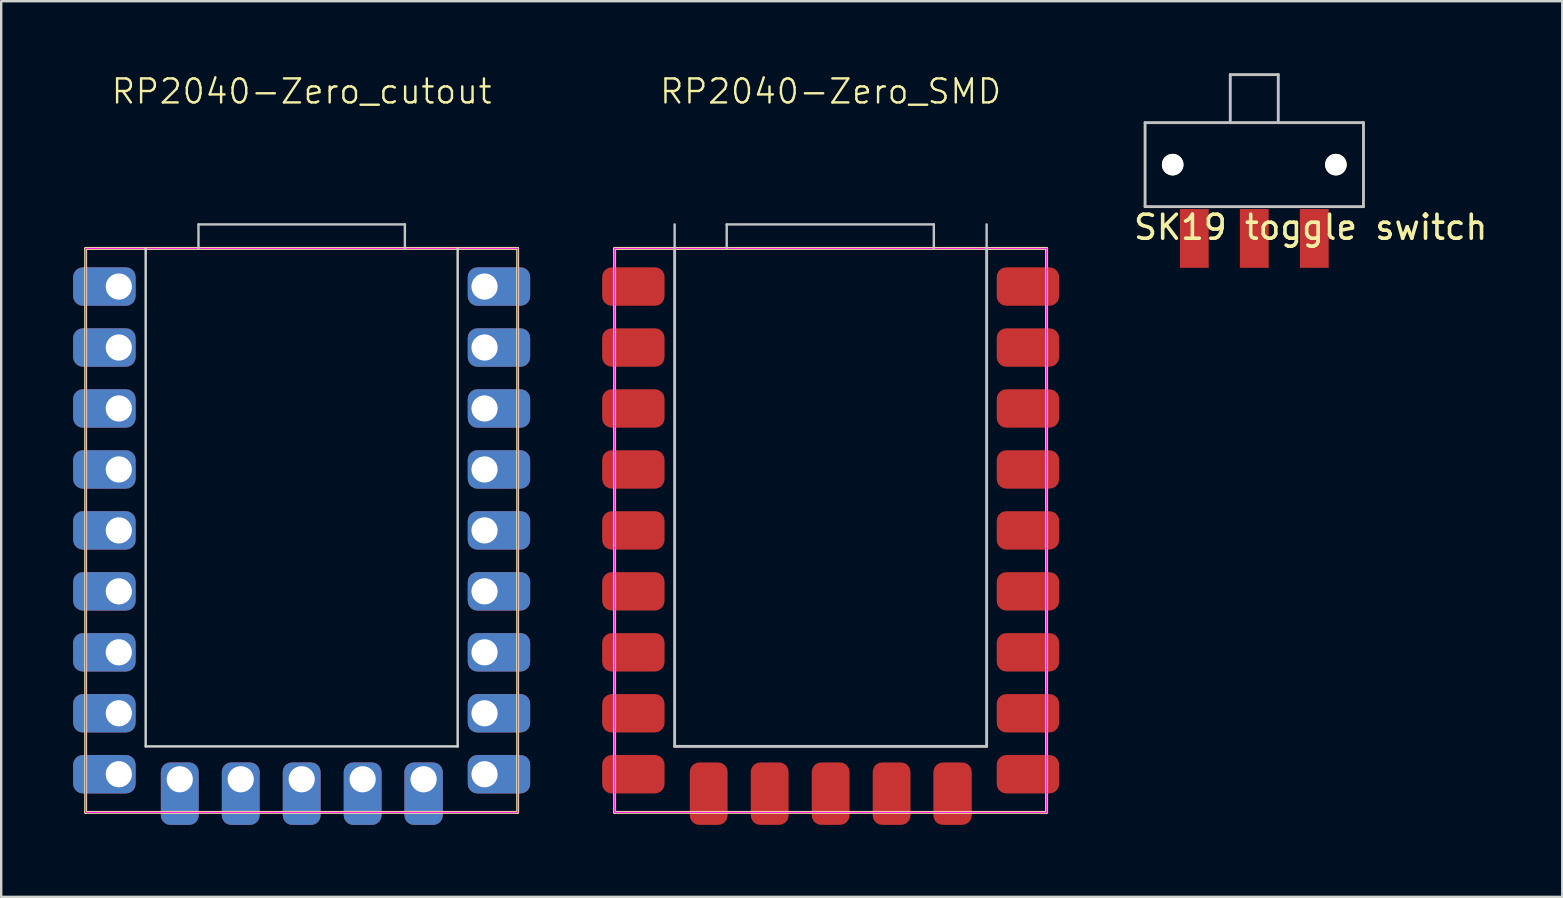
<source format=kicad_pcb>
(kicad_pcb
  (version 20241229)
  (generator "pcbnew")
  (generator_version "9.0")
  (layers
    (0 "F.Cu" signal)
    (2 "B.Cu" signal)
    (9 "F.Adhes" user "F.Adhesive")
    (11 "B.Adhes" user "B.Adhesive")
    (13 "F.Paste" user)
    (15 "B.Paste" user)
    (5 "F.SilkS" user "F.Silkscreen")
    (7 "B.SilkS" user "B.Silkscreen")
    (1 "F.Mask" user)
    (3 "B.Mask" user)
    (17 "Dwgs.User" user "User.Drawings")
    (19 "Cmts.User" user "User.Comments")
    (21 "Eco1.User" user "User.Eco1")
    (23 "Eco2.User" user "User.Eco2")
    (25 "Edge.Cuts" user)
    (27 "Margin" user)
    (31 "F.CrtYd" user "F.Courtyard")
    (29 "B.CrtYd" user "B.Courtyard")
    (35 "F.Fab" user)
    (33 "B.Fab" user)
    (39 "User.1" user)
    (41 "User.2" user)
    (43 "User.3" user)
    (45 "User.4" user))
  (footprint "RP2040-Zero_SMD"
    (layer "F.Cu")
    (at 31.56 19.05)
    (property "Reference" "RP2040-Zero_SMD" (at 0 -18.29 0) (unlocked yes) (layer "F.SilkS") (effects (font (size 1 1) (thickness 0.1))))
    (attr smd)
    (fp_line (start -9 -11.75) (end -9 11.75) (stroke (width 0.12) (type solid)) (layer "F.SilkS"))
    (fp_line (start -9 11.75) (end 9 11.75) (stroke (width 0.12) (type solid)) (layer "F.SilkS"))
    (fp_line (start 9 -11.75) (end -9 -11.75) (stroke (width 0.12) (type solid)) (layer "F.SilkS"))
    (fp_line (start 9 11.75) (end 9 -11.75) (stroke (width 0.12) (type solid)) (layer "F.SilkS"))
    (fp_line (start -6.5 -12.75) (end -6.5 -11.75) (stroke (width 0.1) (type solid)) (layer "Dwgs.User"))
    (fp_line (start -6.5 9) (end -6.5 -11.75) (stroke (width 0.12) (type solid)) (layer "Dwgs.User"))
    (fp_line (start -4.33 -12.75) (end -4.33 -11.75) (stroke (width 0.1) (type solid)) (layer "Dwgs.User"))
    (fp_line (start -4.33 -12.75) (end 4.3 -12.75) (stroke (width 0.1) (type solid)) (layer "Dwgs.User"))
    (fp_line (start 4.3 -12.75) (end 4.3 -11.75) (stroke (width 0.1) (type solid)) (layer "Dwgs.User"))
    (fp_line (start 6.5 -12.75) (end 6.5 -11.75) (stroke (width 0.1) (type solid)) (layer "Dwgs.User"))
    (fp_line (start 6.5 9) (end -6.5 9) (stroke (width 0.12) (type solid)) (layer "Dwgs.User"))
    (fp_line (start 6.5 9) (end 6.5 -11.75) (stroke (width 0.12) (type solid)) (layer "Dwgs.User"))
    (fp_line (start -9 -11.75) (end 9 -11.75) (stroke (width 0.05) (type solid)) (layer "F.CrtYd"))
    (fp_line (start -9 11.75) (end -9 -11.75) (stroke (width 0.05) (type solid)) (layer "F.CrtYd"))
    (fp_line (start 9 -11.75) (end 9 11.75) (stroke (width 0.05) (type solid)) (layer "F.CrtYd"))
    (fp_line (start 9 11.75) (end -9 11.75) (stroke (width 0.05) (type solid)) (layer "F.CrtYd"))
    (pad "1" smd roundrect (at 7.62 -10.16) (size 2.6 1.6) (drill (offset 0.6 0)) (layers "F.Cu" "F.Mask" "F.Paste") (roundrect_rratio 0.25))
    (pad "2" smd roundrect (at 7.62 -7.62) (size 2.6 1.6) (drill (offset 0.6 0)) (layers "F.Cu" "F.Mask" "F.Paste") (roundrect_rratio 0.25))
    (pad "3" smd roundrect (at 7.62 -5.08) (size 2.6 1.6) (drill (offset 0.6 0)) (layers "F.Cu" "F.Mask" "F.Paste") (roundrect_rratio 0.25))
    (pad "4" smd roundrect (at 7.62 -2.54) (size 2.6 1.6) (drill (offset 0.6 0)) (layers "F.Cu" "F.Mask" "F.Paste") (roundrect_rratio 0.25))
    (pad "5" smd roundrect (at 7.62 0) (size 2.6 1.6) (drill (offset 0.6 0)) (layers "F.Cu" "F.Mask" "F.Paste") (roundrect_rratio 0.25))
    (pad "6" smd roundrect (at 7.62 2.54) (size 2.6 1.6) (drill (offset 0.6 0)) (layers "F.Cu" "F.Mask" "F.Paste") (roundrect_rratio 0.25))
    (pad "7" smd roundrect (at 7.62 5.08) (size 2.6 1.6) (drill (offset 0.6 0)) (layers "F.Cu" "F.Mask" "F.Paste") (roundrect_rratio 0.25))
    (pad "8" smd roundrect (at 7.62 7.62) (size 2.6 1.6) (drill (offset 0.6 0)) (layers "F.Cu" "F.Mask" "F.Paste") (roundrect_rratio 0.25))
    (pad "9" smd roundrect (at 7.62 10.16) (size 2.6 1.6) (drill (offset 0.6 0)) (layers "F.Cu" "F.Mask" "F.Paste") (roundrect_rratio 0.25))
    (pad "10" smd roundrect (at 5.08 10.37) (size 1.6 2.6) (drill (offset 0 0.6)) (layers "F.Cu" "F.Mask" "F.Paste") (roundrect_rratio 0.25))
    (pad "11" smd roundrect (at 2.54 10.37) (size 1.575 2.6) (drill (offset 0 0.6)) (layers "F.Cu" "F.Mask" "F.Paste") (roundrect_rratio 0.25))
    (pad "12" smd roundrect (at 0 10.37) (size 1.575 2.6) (drill (offset 0 0.6)) (layers "F.Cu" "F.Mask" "F.Paste") (roundrect_rratio 0.25))
    (pad "13" smd roundrect (at -2.54 10.37) (size 1.575 2.6) (drill (offset 0 0.6)) (layers "F.Cu" "F.Mask" "F.Paste") (roundrect_rratio 0.25))
    (pad "14" smd roundrect (at -5.08 10.37) (size 1.575 2.6) (drill (offset 0 0.6)) (layers "F.Cu" "F.Mask" "F.Paste") (roundrect_rratio 0.25))
    (pad "15" smd roundrect (at -7.62 10.16) (size 2.6 1.6) (drill (offset -0.6 0)) (layers "F.Cu" "F.Mask" "F.Paste") (roundrect_rratio 0.25))
    (pad "16" smd roundrect (at -7.62 7.62) (size 2.6 1.6) (drill (offset -0.6 0)) (layers "F.Cu" "F.Mask" "F.Paste") (roundrect_rratio 0.25))
    (pad "17" smd roundrect (at -7.62 5.08) (size 2.6 1.6) (drill (offset -0.6 0)) (layers "F.Cu" "F.Mask" "F.Paste") (roundrect_rratio 0.25))
    (pad "18" smd roundrect (at -7.62 2.54) (size 2.6 1.6) (drill (offset -0.6 0)) (layers "F.Cu" "F.Mask" "F.Paste") (roundrect_rratio 0.25))
    (pad "19" smd roundrect (at -7.62 0) (size 2.6 1.6) (drill (offset -0.6 0)) (layers "F.Cu" "F.Mask" "F.Paste") (roundrect_rratio 0.25))
    (pad "20" smd roundrect (at -7.62 -2.54) (size 2.6 1.6) (drill (offset -0.6 0)) (layers "F.Cu" "F.Mask" "F.Paste") (roundrect_rratio 0.25))
    (pad "21" smd roundrect (at -7.62 -5.08) (size 2.6 1.6) (drill (offset -0.6 0)) (layers "F.Cu" "F.Mask" "F.Paste") (roundrect_rratio 0.25))
    (pad "22" smd roundrect (at -7.62 -7.62) (size 2.6 1.6) (drill (offset -0.6 0)) (layers "F.Cu" "F.Mask" "F.Paste") (roundrect_rratio 0.25))
    (pad "23" smd roundrect (at -7.62 -10.16) (size 2.6 1.6) (drill (offset -0.6 0)) (layers "F.Cu" "F.Mask" "F.Paste") (roundrect_rratio 0.25)))
  (footprint "SK19 toggle switch"
    (layer "F.Cu")
    (at 49.212 3.81)
    (property "Reference" "SK19 toggle switch" (at 2.35 2.61 0) (layer "F.SilkS") (effects (font (size 1 1) (thickness 0.15))))
    (attr through_hole)
    (fp_line (start -4.55 1.75) (end -4.55 -1.75) (stroke (width 0.12) (type solid)) (layer "Dwgs.User"))
    (fp_line (start -1 -3.75) (end -1 -1.75) (stroke (width 0.12) (type solid)) (layer "Dwgs.User"))
    (fp_line (start -1 -3.75) (end 1 -3.75) (stroke (width 0.12) (type solid)) (layer "Dwgs.User"))
    (fp_line (start 1 -1.75) (end 1 -3.75) (stroke (width 0.12) (type solid)) (layer "Dwgs.User"))
    (fp_line (start 4.55 -1.75) (end -4.55 -1.75) (stroke (width 0.12) (type solid)) (layer "Dwgs.User"))
    (fp_line (start 4.55 1.75) (end -4.55 1.75) (stroke (width 0.12) (type solid)) (layer "Dwgs.User"))
    (fp_line (start 4.55 1.75) (end 4.55 -1.75) (stroke (width 0.12) (type solid)) (layer "Dwgs.User"))
    (pad "" np_thru_hole circle (at -3.4 0) (size 0.9 0.9) (drill 0.9) (layers "*.Cu" "*.Mask" "F.SilkS"))
    (pad "" np_thru_hole circle (at 3.4 0) (size 0.9 0.9) (drill 0.9) (layers "*.Cu" "*.Mask" "F.SilkS"))
    (pad "1" smd rect (at -2.5 3.075) (size 1.2 2.45) (layers "F.Cu" "F.Mask" "F.Paste"))
    (pad "2" smd rect (at 0 3.075) (size 1.2 2.45) (layers "F.Cu" "F.Mask" "F.Paste"))
    (pad "3" smd rect (at 2.5 3.075) (size 1.2 2.45) (layers "F.Cu" "F.Mask" "F.Paste")))
  (footprint "RP2040-Zero_cutout"
    (layer "F.Cu")
    (at 9.52 19.05)
    (property "Reference" "RP2040-Zero_cutout" (at 0 -18.29 0) (unlocked yes) (layer "F.SilkS") (effects (font (size 1 1) (thickness 0.1))))
    (attr through_hole)
    (fp_line (start -9 -11.75) (end -9 11.75) (stroke (width 0.12) (type solid)) (layer "F.SilkS"))
    (fp_line (start -9 11.75) (end 9 11.75) (stroke (width 0.12) (type solid)) (layer "F.SilkS"))
    (fp_line (start 9 -11.75) (end -9 -11.75) (stroke (width 0.12) (type solid)) (layer "F.SilkS"))
    (fp_line (start 9 11.75) (end 9 -11.75) (stroke (width 0.12) (type solid)) (layer "F.SilkS"))
    (fp_line (start -4.3 -12.75) (end -4.3 -11.75) (stroke (width 0.1) (type solid)) (layer "Dwgs.User"))
    (fp_line (start -4.3 -12.75) (end 4.3 -12.75) (stroke (width 0.1) (type solid)) (layer "Dwgs.User"))
    (fp_line (start 4.3 -12.75) (end 4.3 -11.75) (stroke (width 0.1) (type solid)) (layer "Dwgs.User"))
    (fp_line (start -6.5 9) (end -6.5 -11.75) (stroke (width 0.1) (type solid)) (layer "Edge.Cuts"))
    (fp_line (start 6.5 9) (end -6.5 9) (stroke (width 0.1) (type solid)) (layer "Edge.Cuts"))
    (fp_line (start 6.5 9) (end 6.5 -11.75) (stroke (width 0.1) (type solid)) (layer "Edge.Cuts"))
    (fp_line (start -9 -11.75) (end 9 -11.75) (stroke (width 0.05) (type solid)) (layer "F.CrtYd"))
    (fp_line (start -9 11.75) (end -9 -11.75) (stroke (width 0.05) (type solid)) (layer "F.CrtYd"))
    (fp_line (start 9 -11.75) (end 9 11.75) (stroke (width 0.05) (type solid)) (layer "F.CrtYd"))
    (fp_line (start 9 11.75) (end -9 11.75) (stroke (width 0.05) (type solid)) (layer "F.CrtYd"))
    (pad "1" thru_hole roundrect (at 7.62 -10.16) (size 2.6 1.6) (drill 1.092 (offset 0.6 0)) (layers "*.Cu" "*.Mask") (roundrect_rratio 0.25))
    (pad "2" thru_hole roundrect (at 7.62 -7.62) (size 2.6 1.6) (drill 1.092 (offset 0.6 0)) (layers "*.Cu" "*.Mask") (roundrect_rratio 0.25))
    (pad "3" thru_hole roundrect (at 7.62 -5.08) (size 2.6 1.6) (drill 1.092 (offset 0.6 0)) (layers "*.Cu" "*.Mask") (roundrect_rratio 0.25))
    (pad "4" thru_hole roundrect (at 7.62 -2.54) (size 2.6 1.6) (drill 1.092 (offset 0.6 0)) (layers "*.Cu" "*.Mask") (roundrect_rratio 0.25))
    (pad "5" thru_hole roundrect (at 7.62 0) (size 2.6 1.6) (drill 1.092 (offset 0.6 0)) (layers "*.Cu" "*.Mask") (roundrect_rratio 0.25))
    (pad "6" thru_hole roundrect (at 7.62 2.54) (size 2.6 1.6) (drill 1.092 (offset 0.6 0)) (layers "*.Cu" "*.Mask") (roundrect_rratio 0.25))
    (pad "7" thru_hole roundrect (at 7.62 5.08) (size 2.6 1.6) (drill 1.092 (offset 0.6 0)) (layers "*.Cu" "*.Mask") (roundrect_rratio 0.25))
    (pad "8" thru_hole roundrect (at 7.62 7.62) (size 2.6 1.6) (drill 1.092 (offset 0.6 0)) (layers "*.Cu" "*.Mask") (roundrect_rratio 0.25))
    (pad "9" thru_hole roundrect (at 7.62 10.16) (size 2.6 1.6) (drill 1.092 (offset 0.6 0)) (layers "*.Cu" "*.Mask") (roundrect_rratio 0.25))
    (pad "10" thru_hole roundrect (at 5.08 10.37) (size 1.6 2.6) (drill 1.092 (offset 0 0.6)) (layers "*.Cu" "*.Mask") (roundrect_rratio 0.25))
    (pad "11" thru_hole roundrect (at 2.54 10.37) (size 1.575 2.6) (drill 1.092 (offset 0 0.6)) (layers "*.Cu" "*.Mask") (roundrect_rratio 0.25))
    (pad "12" thru_hole roundrect (at 0 10.37) (size 1.575 2.6) (drill 1.092 (offset 0 0.6)) (layers "*.Cu" "*.Mask") (roundrect_rratio 0.25))
    (pad "13" thru_hole roundrect (at -2.54 10.37) (size 1.575 2.6) (drill 1.092 (offset 0 0.6)) (layers "*.Cu" "*.Mask") (roundrect_rratio 0.25))
    (pad "14" thru_hole roundrect (at -5.08 10.37) (size 1.575 2.6) (drill 1.092 (offset 0 0.6)) (layers "*.Cu" "*.Mask") (roundrect_rratio 0.25))
    (pad "15" thru_hole roundrect (at -7.62 10.16) (size 2.6 1.6) (drill 1.092 (offset -0.6 0)) (layers "*.Cu" "*.Mask") (roundrect_rratio 0.25))
    (pad "16" thru_hole roundrect (at -7.62 7.62) (size 2.6 1.6) (drill 1.092 (offset -0.6 0)) (layers "*.Cu" "*.Mask") (roundrect_rratio 0.25))
    (pad "17" thru_hole roundrect (at -7.62 5.08) (size 2.6 1.6) (drill 1.092 (offset -0.6 0)) (layers "*.Cu" "*.Mask") (roundrect_rratio 0.25))
    (pad "18" thru_hole roundrect (at -7.62 2.54) (size 2.6 1.6) (drill 1.092 (offset -0.6 0)) (layers "*.Cu" "*.Mask") (roundrect_rratio 0.25))
    (pad "19" thru_hole roundrect (at -7.62 0) (size 2.6 1.6) (drill 1.092 (offset -0.6 0)) (layers "*.Cu" "*.Mask") (roundrect_rratio 0.25))
    (pad "20" thru_hole roundrect (at -7.62 -2.54) (size 2.6 1.6) (drill 1.092 (offset -0.6 0)) (layers "*.Cu" "*.Mask") (roundrect_rratio 0.25))
    (pad "21" thru_hole roundrect (at -7.62 -5.08) (size 2.6 1.6) (drill 1.092 (offset -0.6 0)) (layers "*.Cu" "*.Mask") (roundrect_rratio 0.25))
    (pad "22" thru_hole roundrect (at -7.62 -7.62) (size 2.6 1.6) (drill 1.092 (offset -0.6 0)) (layers "*.Cu" "*.Mask") (roundrect_rratio 0.25))
    (pad "23" thru_hole roundrect (at -7.62 -10.16) (size 2.6 1.6) (drill 1.092 (offset -0.6 0)) (layers "*.Cu" "*.Mask") (roundrect_rratio 0.25)))
  (gr_rect
    (start -3 -3)
    (end 62.044 34.321)
    (stroke (width 0.1) (type default))
    (fill no)
    (layer "Edge.Cuts")))
</source>
